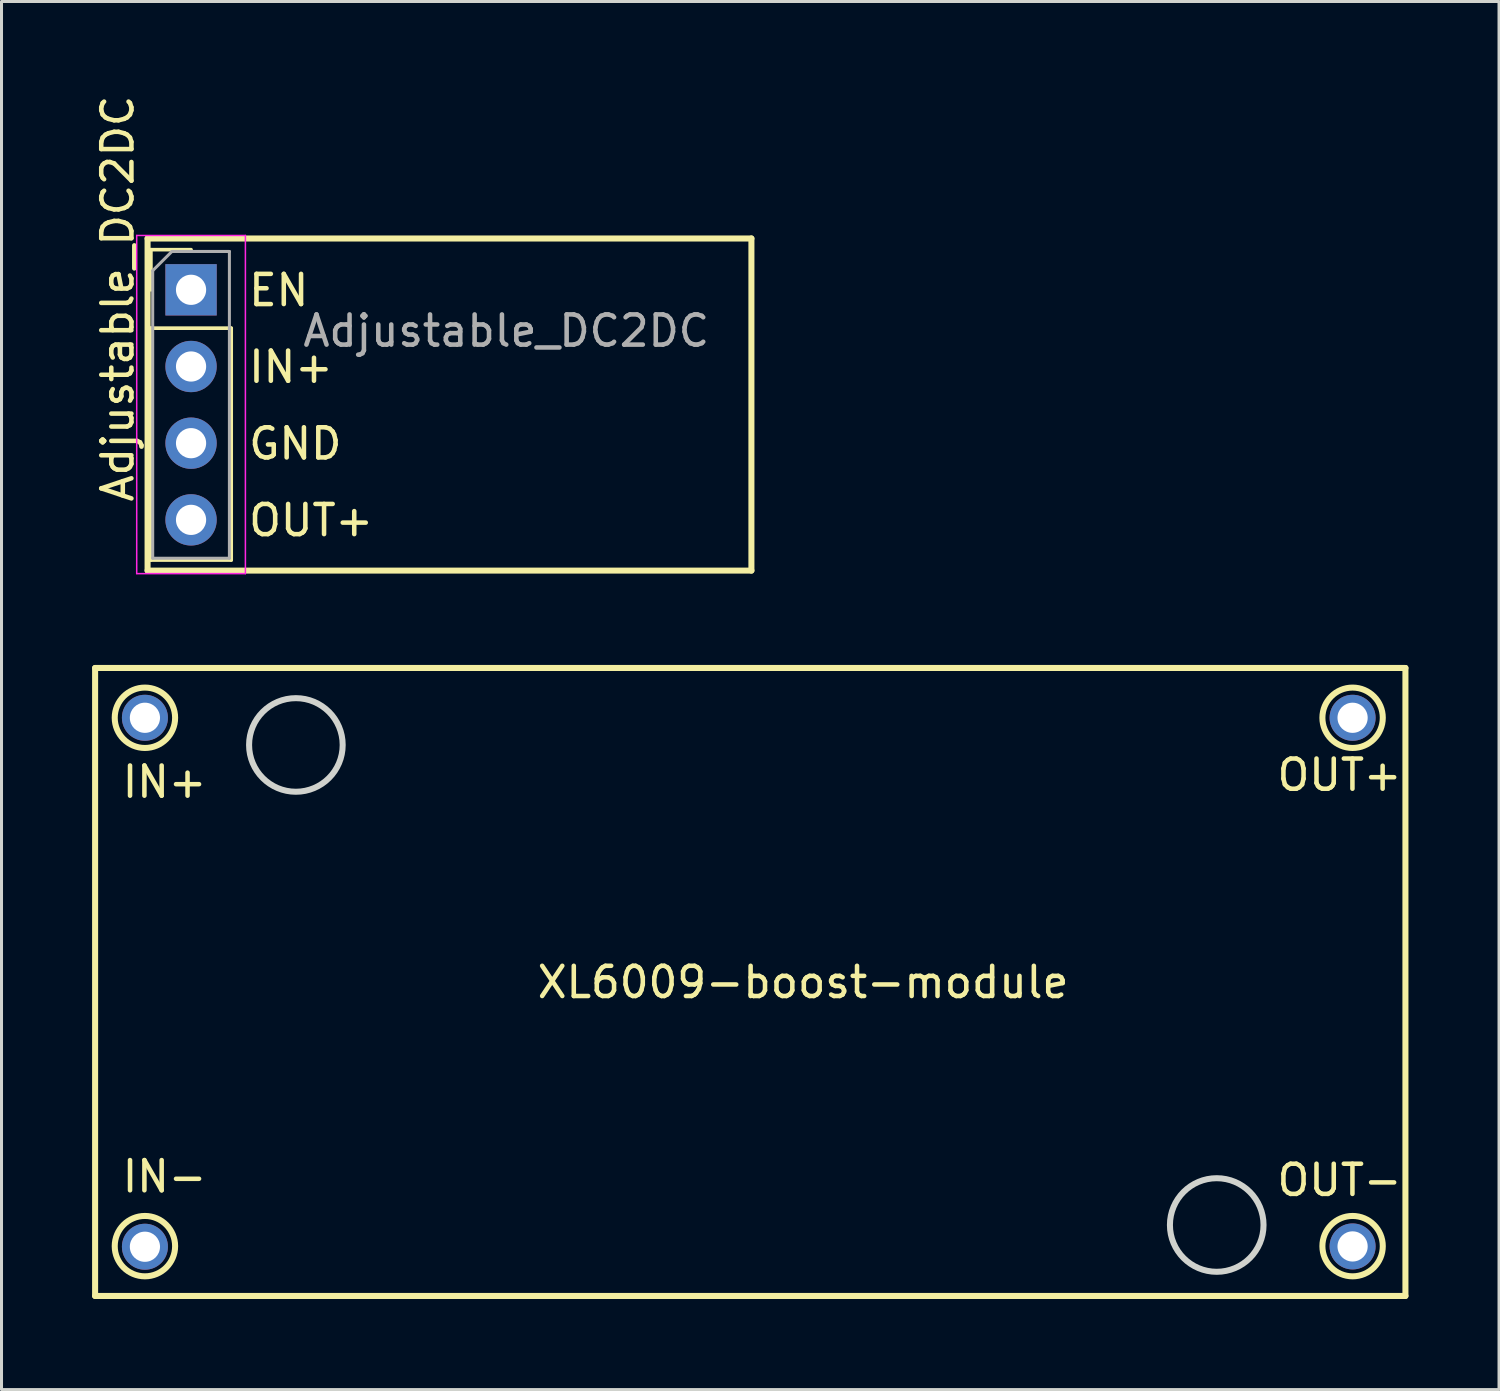
<source format=kicad_pcb>
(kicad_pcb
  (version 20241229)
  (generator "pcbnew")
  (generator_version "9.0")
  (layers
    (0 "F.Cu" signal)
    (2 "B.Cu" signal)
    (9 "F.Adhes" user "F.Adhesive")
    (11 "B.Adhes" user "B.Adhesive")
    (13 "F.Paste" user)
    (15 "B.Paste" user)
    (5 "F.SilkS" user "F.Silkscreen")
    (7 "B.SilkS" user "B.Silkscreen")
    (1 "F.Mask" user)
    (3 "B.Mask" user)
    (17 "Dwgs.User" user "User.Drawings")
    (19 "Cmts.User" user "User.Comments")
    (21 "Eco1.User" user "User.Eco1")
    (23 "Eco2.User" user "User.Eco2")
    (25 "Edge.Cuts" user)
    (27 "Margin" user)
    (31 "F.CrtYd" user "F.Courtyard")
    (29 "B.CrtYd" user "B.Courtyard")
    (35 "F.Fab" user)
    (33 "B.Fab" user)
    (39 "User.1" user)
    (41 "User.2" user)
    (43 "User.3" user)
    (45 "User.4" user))
  (footprint "XL6009-boost-module"
    (layer "F.Cu")
    (at 23.55 29.984)
    (property "Reference" "XL6009-boost-module" (at 0 -0.5 0) (unlocked yes) (layer "F.SilkS") (effects (font (size 1 1) (thickness 0.15))))
    (attr through_hole)
    (fp_line (start -23.45 -10.91) (end -23.45 9.89) (stroke (width 0.2) (type solid)) (layer "F.SilkS"))
    (fp_line (start -23.45 9.89) (end 19.95 9.89) (stroke (width 0.2) (type solid)) (layer "F.SilkS"))
    (fp_line (start 19.95 -10.91) (end -23.45 -10.91) (stroke (width 0.2) (type solid)) (layer "F.SilkS"))
    (fp_line (start 19.95 9.89) (end 19.95 -10.91) (stroke (width 0.2) (type solid)) (layer "F.SilkS"))
    (fp_circle (center -21.8 -9.26) (end -20.8 -9.26) (stroke (width 0.2) (type solid)) (fill no) (layer "F.SilkS"))
    (fp_circle (center -21.8 8.24) (end -20.8 8.24) (stroke (width 0.2) (type solid)) (fill no) (layer "F.SilkS"))
    (fp_circle (center 18.2 -9.26) (end 19.2 -9.26) (stroke (width 0.2) (type solid)) (fill no) (layer "F.SilkS"))
    (fp_circle (center 18.2 8.24) (end 19.2 8.24) (stroke (width 0.2) (type solid)) (fill no) (layer "F.SilkS"))
    (fp_circle (center -16.8 -8.36) (end -15.25 -8.36) (stroke (width 0.2) (type solid)) (fill no) (layer "Edge.Cuts"))
    (fp_circle (center 13.7 7.54) (end 15.25 7.54) (stroke (width 0.2) (type solid)) (fill no) (layer "Edge.Cuts"))
    (fp_text user "IN-" (at -22.63 6.52 0) (unlocked yes) (layer "F.SilkS") (effects (font (size 1 1) (thickness 0.15)) (justify left bottom)))
    (fp_text user "OUT+" (at 15.62 -6.78 0) (unlocked yes) (layer "F.SilkS") (effects (font (size 1 1) (thickness 0.15)) (justify left bottom)))
    (fp_text user "OUT-" (at 15.62 6.64 0) (unlocked yes) (layer "F.SilkS") (effects (font (size 1 1) (thickness 0.15)) (justify left bottom)))
    (fp_text user "IN+" (at -22.63 -6.55 0) (unlocked yes) (layer "F.SilkS") (effects (font (size 1 1) (thickness 0.15)) (justify left bottom)))
    (pad "1" thru_hole circle (at -21.8 -9.26) (size 1.524 1.524) (drill 1) (layers "*.Cu" "*.Mask"))
    (pad "2" thru_hole circle (at -21.8 8.26) (size 1.524 1.524) (drill 1) (layers "*.Cu" "*.Mask"))
    (pad "3" thru_hole circle (at 18.2 -9.26) (size 1.524 1.524) (drill 1) (layers "*.Cu" "*.Mask"))
    (pad "4" thru_hole circle (at 18.2 8.25) (size 1.524 1.524) (drill 1) (layers "*.Cu" "*.Mask")))
  (footprint "Adjustable_DC2DC"
    (layer "F.Cu")
    (at 3.278 6.549)
    (property "Reference" "Adjustable_DC2DC" (at -2.43 0.29 270) (layer "F.SilkS") (effects (font (size 1 1) (thickness 0.15))))
    (attr through_hole)
    (fp_line (start -1.44 -1.7) (end -1.44 9.3) (stroke (width 0.2) (type solid)) (layer "F.SilkS"))
    (fp_line (start -1.44 9.3) (end 18.56 9.3) (stroke (width 0.2) (type solid)) (layer "F.SilkS"))
    (fp_line (start -1.33 -1.33) (end 0 -1.33) (stroke (width 0.12) (type solid)) (layer "F.SilkS"))
    (fp_line (start -1.33 0) (end -1.33 -1.33) (stroke (width 0.12) (type solid)) (layer "F.SilkS"))
    (fp_line (start -1.33 1.27) (end -1.33 8.95) (stroke (width 0.12) (type solid)) (layer "F.SilkS"))
    (fp_line (start -1.33 1.27) (end 1.33 1.27) (stroke (width 0.12) (type solid)) (layer "F.SilkS"))
    (fp_line (start -1.33 8.95) (end 1.33 8.95) (stroke (width 0.12) (type solid)) (layer "F.SilkS"))
    (fp_line (start 1.33 1.27) (end 1.33 8.95) (stroke (width 0.12) (type solid)) (layer "F.SilkS"))
    (fp_line (start 18.56 -1.7) (end -1.44 -1.7) (stroke (width 0.2) (type solid)) (layer "F.SilkS"))
    (fp_line (start 18.56 9.3) (end 18.56 -1.7) (stroke (width 0.2) (type solid)) (layer "F.SilkS"))
    (fp_line (start -1.8 -1.8) (end -1.8 9.4) (stroke (width 0.05) (type solid)) (layer "F.CrtYd"))
    (fp_line (start -1.8 9.4) (end 1.8 9.4) (stroke (width 0.05) (type solid)) (layer "F.CrtYd"))
    (fp_line (start 1.8 -1.8) (end -1.8 -1.8) (stroke (width 0.05) (type solid)) (layer "F.CrtYd"))
    (fp_line (start 1.8 9.4) (end 1.8 -1.8) (stroke (width 0.05) (type solid)) (layer "F.CrtYd"))
    (fp_line (start -1.27 -0.635) (end -0.635 -1.27) (stroke (width 0.1) (type solid)) (layer "F.Fab"))
    (fp_line (start -1.27 8.89) (end -1.27 -0.635) (stroke (width 0.1) (type solid)) (layer "F.Fab"))
    (fp_line (start -0.635 -1.27) (end 1.27 -1.27) (stroke (width 0.1) (type solid)) (layer "F.Fab"))
    (fp_line (start 1.27 -1.27) (end 1.27 8.89) (stroke (width 0.1) (type solid)) (layer "F.Fab"))
    (fp_line (start 1.27 8.89) (end -1.27 8.89) (stroke (width 0.1) (type solid)) (layer "F.Fab"))
    (fp_text user "OUT+" (at 1.83 8.222 0) (unlocked yes) (layer "F.SilkS") (effects (font (size 1 1) (thickness 0.15)) (justify left bottom)))
    (fp_text user "GND" (at 1.83 5.682 0) (unlocked yes) (layer "F.SilkS") (effects (font (size 1 1) (thickness 0.15)) (justify left bottom)))
    (fp_text user "IN+" (at 1.83 3.142 0) (unlocked yes) (layer "F.SilkS") (effects (font (size 1 1) (thickness 0.15)) (justify left bottom)))
    (fp_text user "EN" (at 1.83 0.602 0) (unlocked yes) (layer "F.SilkS") (effects (font (size 1 1) (thickness 0.15)) (justify left bottom)))
    (fp_text user "${REFERENCE}" (at 10.44 1.36 180) (layer "F.Fab") (effects (font (size 1 1) (thickness 0.15))))
    (pad "1" thru_hole rect (at 0 0) (size 1.7 1.7) (drill 1) (layers "*.Cu" "*.Mask"))
    (pad "2" thru_hole oval (at 0 2.54) (size 1.7 1.7) (drill 1) (layers "*.Cu" "*.Mask"))
    (pad "3" thru_hole oval (at 0 5.08) (size 1.7 1.7) (drill 1) (layers "*.Cu" "*.Mask"))
    (pad "4" thru_hole oval (at 0 7.62) (size 1.7 1.7) (drill 1) (layers "*.Cu" "*.Mask")))
  (gr_rect
    (start -3 -3)
    (end 46.6 42.974)
    (stroke (width 0.1) (type default))
    (fill no)
    (layer "Edge.Cuts")))
</source>
